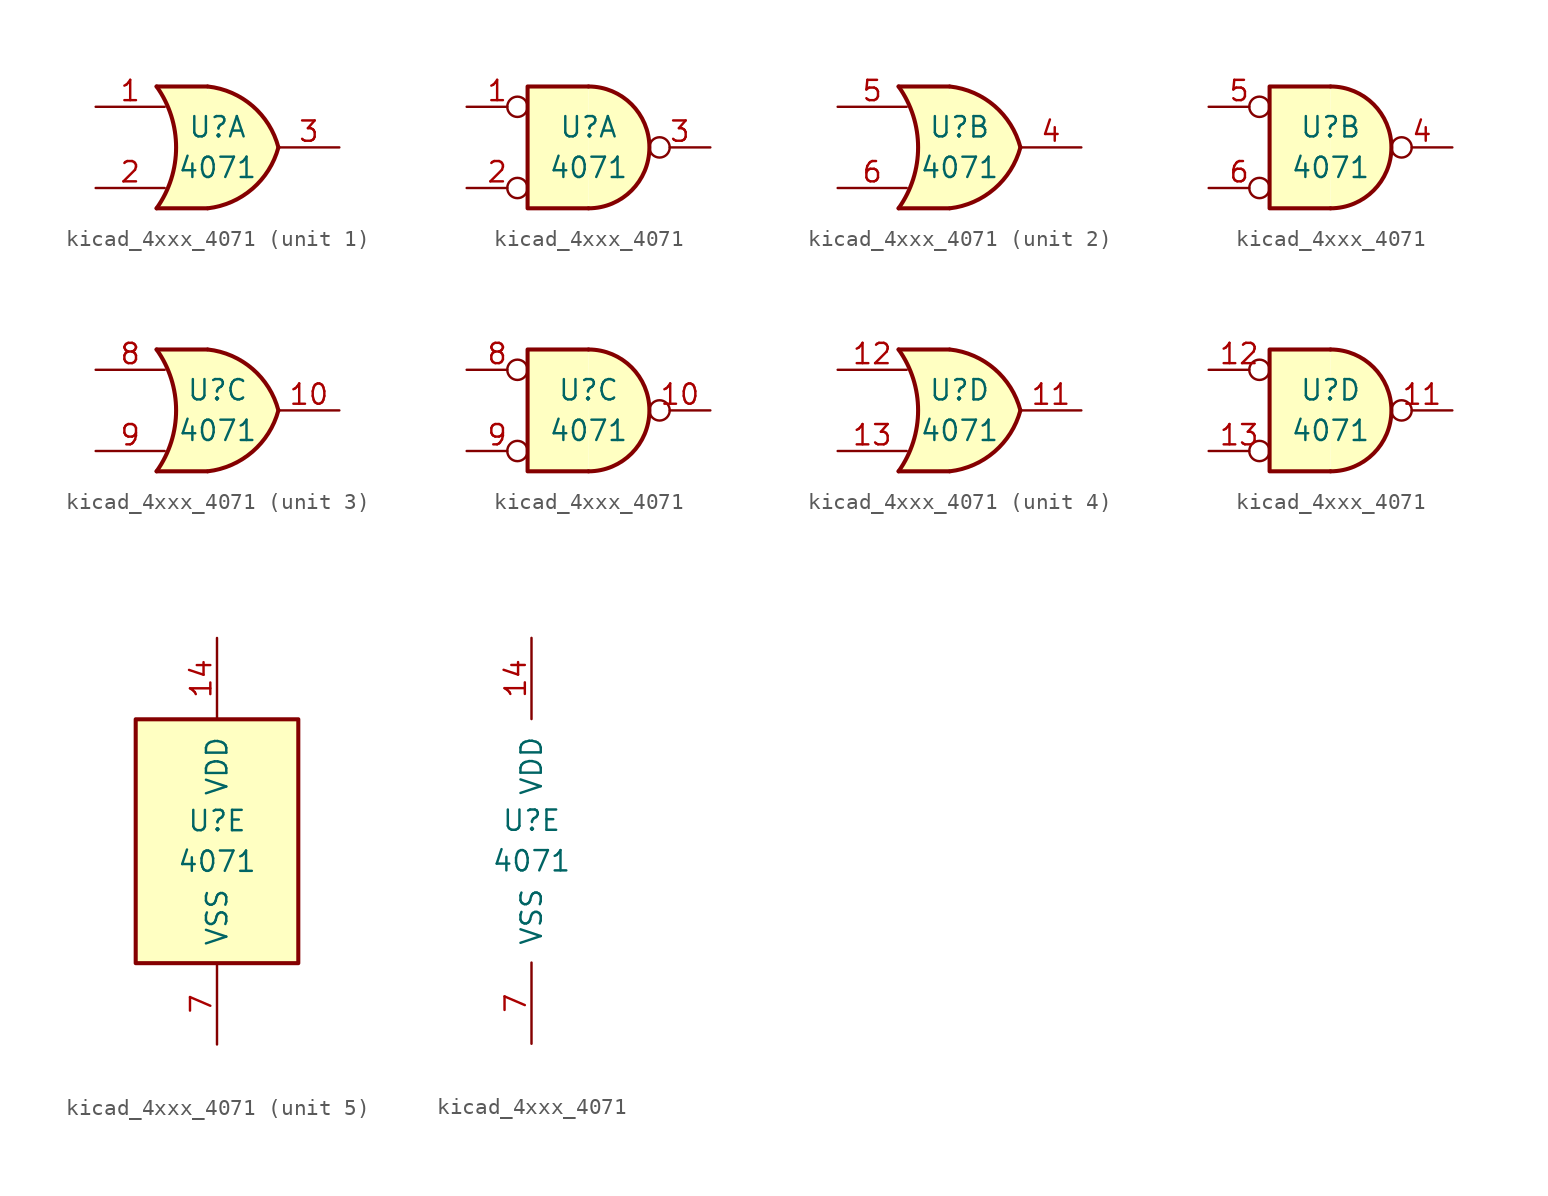
<source format=kicad_sym>
(kicad_symbol_lib
  (version 20220914)
  (generator kicad_symbol_editor)
  (symbol "kicad_4xxx_4071"
    (pin_names
      (offset 1.016))
    (property "Reference" "U"
      (at 0 1.27 0)
      (effects (font (size 1.27 1.27))))
    (property "Value" "4071"
      (at 0 -1.27 0)
      (effects (font (size 1.27 1.27))))
    (property "ki_locked" ""
      (at 0 0 0)
      (effects (font (size 1.27 1.27))))
    (symbol "kicad_4xxx_4071_1_1"
      (arc (start -3.81 -3.81) (mid -2.589 0) (end -3.81 3.81) (stroke (width 0.254) (type default)) (fill (type none)))
      (arc (start -0.6096 -3.81) (mid 2.1842 -2.5851) (end 3.81 0) (stroke (width 0.254) (type default)) (fill (type background)))
      (polyline (pts (xy -3.81 -3.81) (xy -0.635 -3.81)) (stroke (width 0.254) (type default)) (fill (type background)))
      (polyline (pts (xy -3.81 3.81) (xy -0.635 3.81)) (stroke (width 0.254) (type default)) (fill (type background)))
      (polyline (pts (xy -0.635 3.81) (xy -3.81 3.81) (xy -3.81 3.81) (xy -3.556 3.404) (xy -3.023 2.261) (xy -2.692 1.041) (xy -2.616 -0.254) (xy -2.769 -1.499) (xy -3.175 -2.718) (xy -3.81 -3.81) (xy -3.81 -3.81) (xy -0.635 -3.81)) (stroke (width -25.4) (type default)) (fill (type background)))
      (arc (start 3.81 0) (mid 2.1915 2.5936) (end -0.6096 3.81) (stroke (width 0.254) (type default)) (fill (type background)))
      (pin input line (at -7.62 2.54 0) (length 4.318) (name "~" (effects (font (size 1.27 1.27)))) (number "1" (effects (font (size 1.27 1.27)))))
      (pin input line (at -7.62 -2.54 0) (length 4.318) (name "~" (effects (font (size 1.27 1.27)))) (number "2" (effects (font (size 1.27 1.27)))))
      (pin output line (at 7.62 0 180) (length 3.81) (name "~" (effects (font (size 1.27 1.27)))) (number "3" (effects (font (size 1.27 1.27))))))
    (symbol "kicad_4xxx_4071_1_2"
      (arc (start 0 -3.81) (mid 3.7934 0) (end 0 3.81) (stroke (width 0.254) (type default)) (fill (type background)))
      (polyline (pts (xy 0 3.81) (xy -3.81 3.81) (xy -3.81 -3.81) (xy 0 -3.81)) (stroke (width 0.254) (type default)) (fill (type background)))
      (pin input inverted (at -7.62 2.54 0) (length 3.81) (name "~" (effects (font (size 1.27 1.27)))) (number "1" (effects (font (size 1.27 1.27)))))
      (pin input inverted (at -7.62 -2.54 0) (length 3.81) (name "~" (effects (font (size 1.27 1.27)))) (number "2" (effects (font (size 1.27 1.27)))))
      (pin output inverted (at 7.62 0 180) (length 3.81) (name "~" (effects (font (size 1.27 1.27)))) (number "3" (effects (font (size 1.27 1.27))))))
    (symbol "kicad_4xxx_4071_2_1"
      (arc (start -3.81 -3.81) (mid -2.589 0) (end -3.81 3.81) (stroke (width 0.254) (type default)) (fill (type none)))
      (arc (start -0.6096 -3.81) (mid 2.1842 -2.5851) (end 3.81 0) (stroke (width 0.254) (type default)) (fill (type background)))
      (polyline (pts (xy -3.81 -3.81) (xy -0.635 -3.81)) (stroke (width 0.254) (type default)) (fill (type background)))
      (polyline (pts (xy -3.81 3.81) (xy -0.635 3.81)) (stroke (width 0.254) (type default)) (fill (type background)))
      (polyline (pts (xy -0.635 3.81) (xy -3.81 3.81) (xy -3.81 3.81) (xy -3.556 3.404) (xy -3.023 2.261) (xy -2.692 1.041) (xy -2.616 -0.254) (xy -2.769 -1.499) (xy -3.175 -2.718) (xy -3.81 -3.81) (xy -3.81 -3.81) (xy -0.635 -3.81)) (stroke (width -25.4) (type default)) (fill (type background)))
      (arc (start 3.81 0) (mid 2.1915 2.5936) (end -0.6096 3.81) (stroke (width 0.254) (type default)) (fill (type background)))
      (pin output line (at 7.62 0 180) (length 3.81) (name "~" (effects (font (size 1.27 1.27)))) (number "4" (effects (font (size 1.27 1.27)))))
      (pin input line (at -7.62 2.54 0) (length 4.318) (name "~" (effects (font (size 1.27 1.27)))) (number "5" (effects (font (size 1.27 1.27)))))
      (pin input line (at -7.62 -2.54 0) (length 4.318) (name "~" (effects (font (size 1.27 1.27)))) (number "6" (effects (font (size 1.27 1.27))))))
    (symbol "kicad_4xxx_4071_2_2"
      (arc (start 0 -3.81) (mid 3.7934 0) (end 0 3.81) (stroke (width 0.254) (type default)) (fill (type background)))
      (polyline (pts (xy 0 3.81) (xy -3.81 3.81) (xy -3.81 -3.81) (xy 0 -3.81)) (stroke (width 0.254) (type default)) (fill (type background)))
      (pin output inverted (at 7.62 0 180) (length 3.81) (name "~" (effects (font (size 1.27 1.27)))) (number "4" (effects (font (size 1.27 1.27)))))
      (pin input inverted (at -7.62 2.54 0) (length 3.81) (name "~" (effects (font (size 1.27 1.27)))) (number "5" (effects (font (size 1.27 1.27)))))
      (pin input inverted (at -7.62 -2.54 0) (length 3.81) (name "~" (effects (font (size 1.27 1.27)))) (number "6" (effects (font (size 1.27 1.27))))))
    (symbol "kicad_4xxx_4071_3_1"
      (arc (start -3.81 -3.81) (mid -2.589 0) (end -3.81 3.81) (stroke (width 0.254) (type default)) (fill (type none)))
      (arc (start -0.6096 -3.81) (mid 2.1842 -2.5851) (end 3.81 0) (stroke (width 0.254) (type default)) (fill (type background)))
      (polyline (pts (xy -3.81 -3.81) (xy -0.635 -3.81)) (stroke (width 0.254) (type default)) (fill (type background)))
      (polyline (pts (xy -3.81 3.81) (xy -0.635 3.81)) (stroke (width 0.254) (type default)) (fill (type background)))
      (polyline (pts (xy -0.635 3.81) (xy -3.81 3.81) (xy -3.81 3.81) (xy -3.556 3.404) (xy -3.023 2.261) (xy -2.692 1.041) (xy -2.616 -0.254) (xy -2.769 -1.499) (xy -3.175 -2.718) (xy -3.81 -3.81) (xy -3.81 -3.81) (xy -0.635 -3.81)) (stroke (width -25.4) (type default)) (fill (type background)))
      (arc (start 3.81 0) (mid 2.1915 2.5936) (end -0.6096 3.81) (stroke (width 0.254) (type default)) (fill (type background)))
      (pin output line (at 7.62 0 180) (length 3.81) (name "~" (effects (font (size 1.27 1.27)))) (number "10" (effects (font (size 1.27 1.27)))))
      (pin input line (at -7.62 2.54 0) (length 4.318) (name "~" (effects (font (size 1.27 1.27)))) (number "8" (effects (font (size 1.27 1.27)))))
      (pin input line (at -7.62 -2.54 0) (length 4.318) (name "~" (effects (font (size 1.27 1.27)))) (number "9" (effects (font (size 1.27 1.27))))))
    (symbol "kicad_4xxx_4071_3_2"
      (arc (start 0 -3.81) (mid 3.7934 0) (end 0 3.81) (stroke (width 0.254) (type default)) (fill (type background)))
      (polyline (pts (xy 0 3.81) (xy -3.81 3.81) (xy -3.81 -3.81) (xy 0 -3.81)) (stroke (width 0.254) (type default)) (fill (type background)))
      (pin output inverted (at 7.62 0 180) (length 3.81) (name "~" (effects (font (size 1.27 1.27)))) (number "10" (effects (font (size 1.27 1.27)))))
      (pin input inverted (at -7.62 2.54 0) (length 3.81) (name "~" (effects (font (size 1.27 1.27)))) (number "8" (effects (font (size 1.27 1.27)))))
      (pin input inverted (at -7.62 -2.54 0) (length 3.81) (name "~" (effects (font (size 1.27 1.27)))) (number "9" (effects (font (size 1.27 1.27))))))
    (symbol "kicad_4xxx_4071_4_1"
      (arc (start -3.81 -3.81) (mid -2.589 0) (end -3.81 3.81) (stroke (width 0.254) (type default)) (fill (type none)))
      (arc (start -0.6096 -3.81) (mid 2.1842 -2.5851) (end 3.81 0) (stroke (width 0.254) (type default)) (fill (type background)))
      (polyline (pts (xy -3.81 -3.81) (xy -0.635 -3.81)) (stroke (width 0.254) (type default)) (fill (type background)))
      (polyline (pts (xy -3.81 3.81) (xy -0.635 3.81)) (stroke (width 0.254) (type default)) (fill (type background)))
      (polyline (pts (xy -0.635 3.81) (xy -3.81 3.81) (xy -3.81 3.81) (xy -3.556 3.404) (xy -3.023 2.261) (xy -2.692 1.041) (xy -2.616 -0.254) (xy -2.769 -1.499) (xy -3.175 -2.718) (xy -3.81 -3.81) (xy -3.81 -3.81) (xy -0.635 -3.81)) (stroke (width -25.4) (type default)) (fill (type background)))
      (arc (start 3.81 0) (mid 2.1915 2.5936) (end -0.6096 3.81) (stroke (width 0.254) (type default)) (fill (type background)))
      (pin output line (at 7.62 0 180) (length 3.81) (name "~" (effects (font (size 1.27 1.27)))) (number "11" (effects (font (size 1.27 1.27)))))
      (pin input line (at -7.62 2.54 0) (length 4.318) (name "~" (effects (font (size 1.27 1.27)))) (number "12" (effects (font (size 1.27 1.27)))))
      (pin input line (at -7.62 -2.54 0) (length 4.318) (name "~" (effects (font (size 1.27 1.27)))) (number "13" (effects (font (size 1.27 1.27))))))
    (symbol "kicad_4xxx_4071_4_2"
      (arc (start 0 -3.81) (mid 3.7934 0) (end 0 3.81) (stroke (width 0.254) (type default)) (fill (type background)))
      (polyline (pts (xy 0 3.81) (xy -3.81 3.81) (xy -3.81 -3.81) (xy 0 -3.81)) (stroke (width 0.254) (type default)) (fill (type background)))
      (pin output inverted (at 7.62 0 180) (length 3.81) (name "~" (effects (font (size 1.27 1.27)))) (number "11" (effects (font (size 1.27 1.27)))))
      (pin input inverted (at -7.62 2.54 0) (length 3.81) (name "~" (effects (font (size 1.27 1.27)))) (number "12" (effects (font (size 1.27 1.27)))))
      (pin input inverted (at -7.62 -2.54 0) (length 3.81) (name "~" (effects (font (size 1.27 1.27)))) (number "13" (effects (font (size 1.27 1.27))))))
    (symbol "kicad_4xxx_4071_5_0"
      (pin power_in line (at 0 12.7 270) (length 5.08) (name "VDD" (effects (font (size 1.27 1.27)))) (number "14" (effects (font (size 1.27 1.27)))))
      (pin power_in line (at 0 -12.7 90) (length 5.08) (name "VSS" (effects (font (size 1.27 1.27)))) (number "7" (effects (font (size 1.27 1.27))))))
    (symbol "kicad_4xxx_4071_5_1"
      (rectangle (start -5.08 7.62) (end 5.08 -7.62) (stroke (width 0.254) (type default)) (fill (type background))))))
</source>
